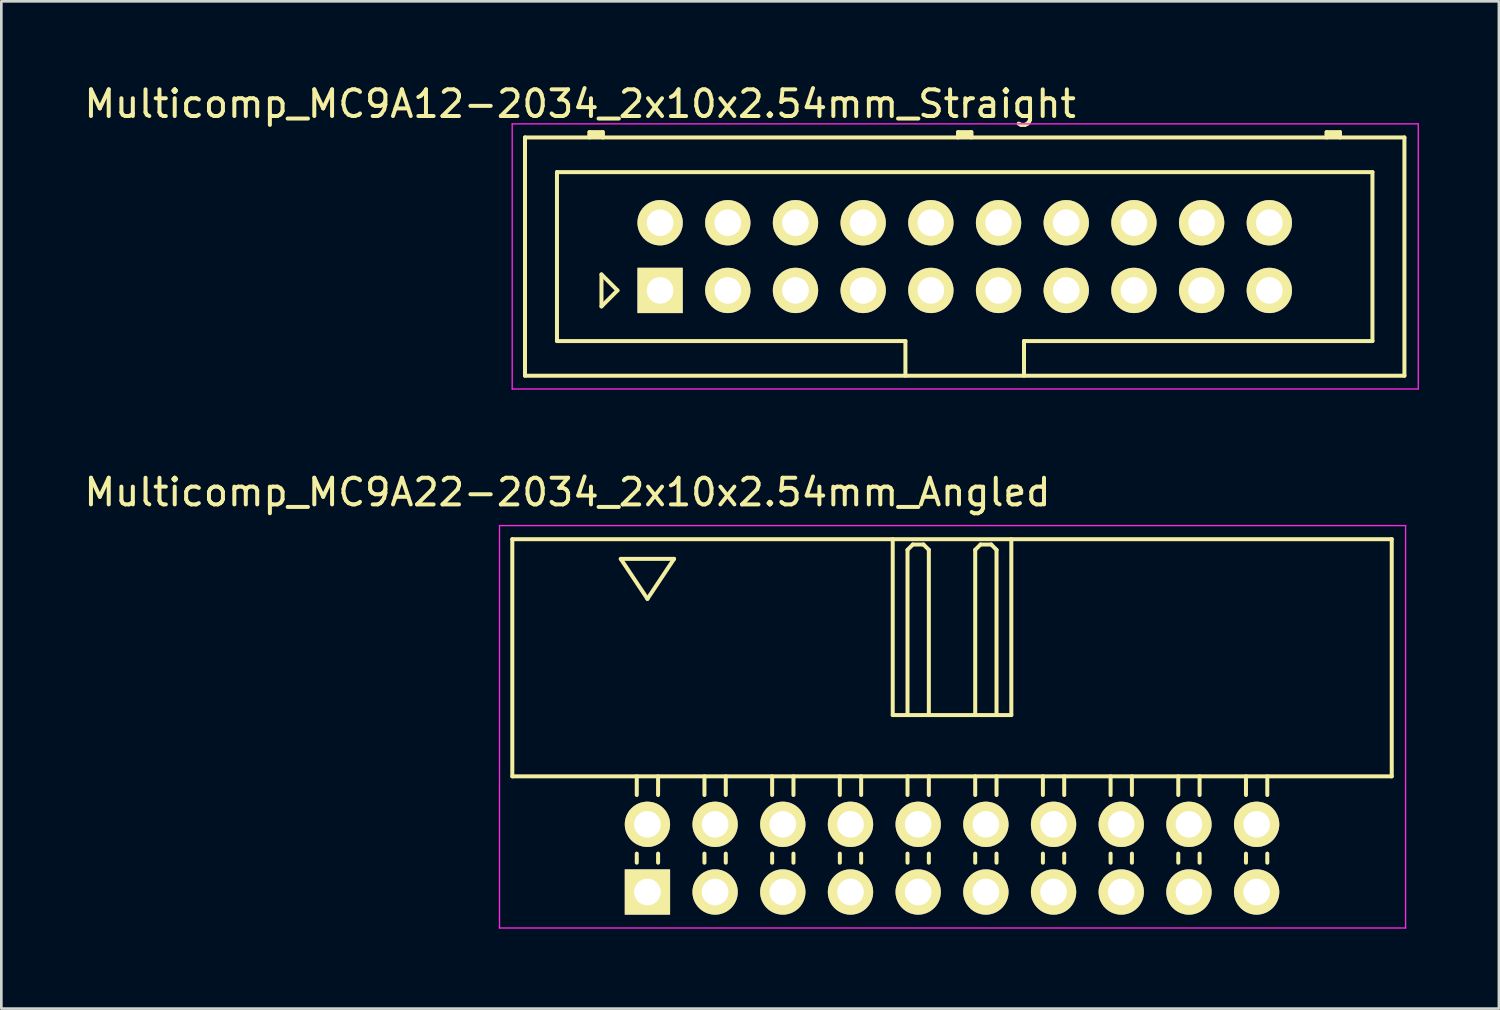
<source format=kicad_pcb>
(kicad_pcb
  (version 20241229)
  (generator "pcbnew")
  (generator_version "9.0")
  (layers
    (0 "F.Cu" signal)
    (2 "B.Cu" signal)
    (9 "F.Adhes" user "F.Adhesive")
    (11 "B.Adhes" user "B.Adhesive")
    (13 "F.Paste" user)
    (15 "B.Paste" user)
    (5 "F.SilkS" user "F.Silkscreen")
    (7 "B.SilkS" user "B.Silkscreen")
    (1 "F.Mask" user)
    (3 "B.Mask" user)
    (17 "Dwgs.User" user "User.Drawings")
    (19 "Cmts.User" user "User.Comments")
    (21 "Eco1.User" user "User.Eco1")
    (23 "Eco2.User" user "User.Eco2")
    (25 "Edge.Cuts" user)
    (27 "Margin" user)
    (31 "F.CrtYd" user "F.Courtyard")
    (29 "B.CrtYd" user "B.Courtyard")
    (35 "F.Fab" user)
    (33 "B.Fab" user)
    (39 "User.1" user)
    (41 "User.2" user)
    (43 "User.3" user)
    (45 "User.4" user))
  (footprint "Multicomp_MC9A12-2034_2x10x2.54mm_Straight"
    (layer "F.Cu")
    (at 21.72 7.848)
    (property "Reference" "Multicomp_MC9A12-2034_2x10x2.54mm_Straight" (at -3 -7 0) (layer "F.SilkS") (effects (font (size 1 1) (thickness 0.15))))
    (attr through_hole)
    (fp_line (start -5.07 -5.74) (end 27.93 -5.74) (stroke (width 0.15) (type solid)) (layer "F.SilkS"))
    (fp_line (start -5.07 3.2) (end -5.07 -5.74) (stroke (width 0.15) (type solid)) (layer "F.SilkS"))
    (fp_line (start -3.87 -4.44) (end 26.73 -4.44) (stroke (width 0.15) (type solid)) (layer "F.SilkS"))
    (fp_line (start -3.87 1.9) (end -3.87 -4.44) (stroke (width 0.15) (type solid)) (layer "F.SilkS"))
    (fp_line (start -2.65 -5.94) (end -2.15 -5.94) (stroke (width 0.15) (type solid)) (layer "F.SilkS"))
    (fp_line (start -2.65 -5.84) (end -2.15 -5.84) (stroke (width 0.15) (type solid)) (layer "F.SilkS"))
    (fp_line (start -2.65 -5.74) (end -2.65 -5.94) (stroke (width 0.15) (type solid)) (layer "F.SilkS"))
    (fp_line (start -2.2 -0.6) (end -1.6 0) (stroke (width 0.15) (type solid)) (layer "F.SilkS"))
    (fp_line (start -2.2 0.6) (end -2.2 -0.6) (stroke (width 0.15) (type solid)) (layer "F.SilkS"))
    (fp_line (start -2.15 -5.94) (end -2.15 -5.74) (stroke (width 0.15) (type solid)) (layer "F.SilkS"))
    (fp_line (start -1.6 0) (end -2.2 0.6) (stroke (width 0.15) (type solid)) (layer "F.SilkS"))
    (fp_line (start 9.205 1.9) (end -3.87 1.9) (stroke (width 0.15) (type solid)) (layer "F.SilkS"))
    (fp_line (start 9.205 3.2) (end 9.205 1.9) (stroke (width 0.15) (type solid)) (layer "F.SilkS"))
    (fp_line (start 11.18 -5.94) (end 11.68 -5.94) (stroke (width 0.15) (type solid)) (layer "F.SilkS"))
    (fp_line (start 11.18 -5.84) (end 11.68 -5.84) (stroke (width 0.15) (type solid)) (layer "F.SilkS"))
    (fp_line (start 11.18 -5.74) (end 11.18 -5.94) (stroke (width 0.15) (type solid)) (layer "F.SilkS"))
    (fp_line (start 11.68 -5.94) (end 11.68 -5.74) (stroke (width 0.15) (type solid)) (layer "F.SilkS"))
    (fp_line (start 13.655 1.9) (end 13.655 3.2) (stroke (width 0.15) (type solid)) (layer "F.SilkS"))
    (fp_line (start 25.01 -5.94) (end 25.51 -5.94) (stroke (width 0.15) (type solid)) (layer "F.SilkS"))
    (fp_line (start 25.01 -5.84) (end 25.51 -5.84) (stroke (width 0.15) (type solid)) (layer "F.SilkS"))
    (fp_line (start 25.01 -5.74) (end 25.01 -5.94) (stroke (width 0.15) (type solid)) (layer "F.SilkS"))
    (fp_line (start 25.51 -5.94) (end 25.51 -5.74) (stroke (width 0.15) (type solid)) (layer "F.SilkS"))
    (fp_line (start 26.73 -4.44) (end 26.73 1.9) (stroke (width 0.15) (type solid)) (layer "F.SilkS"))
    (fp_line (start 26.73 1.9) (end 13.655 1.9) (stroke (width 0.15) (type solid)) (layer "F.SilkS"))
    (fp_line (start 27.93 -5.74) (end 27.93 3.2) (stroke (width 0.15) (type solid)) (layer "F.SilkS"))
    (fp_line (start 27.93 3.2) (end -5.07 3.2) (stroke (width 0.15) (type solid)) (layer "F.SilkS"))
    (fp_line (start -5.55 -6.25) (end 28.45 -6.25) (stroke (width 0.05) (type solid)) (layer "F.CrtYd"))
    (fp_line (start -5.55 3.7) (end -5.55 -6.25) (stroke (width 0.05) (type solid)) (layer "F.CrtYd"))
    (fp_line (start 28.45 -6.25) (end 28.45 3.7) (stroke (width 0.05) (type solid)) (layer "F.CrtYd"))
    (fp_line (start 28.45 3.7) (end -5.55 3.7) (stroke (width 0.05) (type solid)) (layer "F.CrtYd"))
    (pad "1" thru_hole rect (at 0 0) (size 1.7 1.7) (drill 1) (layers "*.Cu" "*.Mask" "F.SilkS"))
    (pad "2" thru_hole circle (at 0 -2.54) (size 1.7 1.7) (drill 1) (layers "*.Cu" "*.Mask" "F.SilkS"))
    (pad "3" thru_hole circle (at 2.54 0) (size 1.7 1.7) (drill 1) (layers "*.Cu" "*.Mask" "F.SilkS"))
    (pad "4" thru_hole circle (at 2.54 -2.54) (size 1.7 1.7) (drill 1) (layers "*.Cu" "*.Mask" "F.SilkS"))
    (pad "5" thru_hole circle (at 5.08 0) (size 1.7 1.7) (drill 1) (layers "*.Cu" "*.Mask" "F.SilkS"))
    (pad "6" thru_hole circle (at 5.08 -2.54) (size 1.7 1.7) (drill 1) (layers "*.Cu" "*.Mask" "F.SilkS"))
    (pad "7" thru_hole circle (at 7.62 0) (size 1.7 1.7) (drill 1) (layers "*.Cu" "*.Mask" "F.SilkS"))
    (pad "8" thru_hole circle (at 7.62 -2.54) (size 1.7 1.7) (drill 1) (layers "*.Cu" "*.Mask" "F.SilkS"))
    (pad "9" thru_hole circle (at 10.16 0) (size 1.7 1.7) (drill 1) (layers "*.Cu" "*.Mask" "F.SilkS"))
    (pad "10" thru_hole circle (at 10.16 -2.54) (size 1.7 1.7) (drill 1) (layers "*.Cu" "*.Mask" "F.SilkS"))
    (pad "11" thru_hole circle (at 12.7 0) (size 1.7 1.7) (drill 1) (layers "*.Cu" "*.Mask" "F.SilkS"))
    (pad "12" thru_hole circle (at 12.7 -2.54) (size 1.7 1.7) (drill 1) (layers "*.Cu" "*.Mask" "F.SilkS"))
    (pad "13" thru_hole circle (at 15.24 0) (size 1.7 1.7) (drill 1) (layers "*.Cu" "*.Mask" "F.SilkS"))
    (pad "14" thru_hole circle (at 15.24 -2.54) (size 1.7 1.7) (drill 1) (layers "*.Cu" "*.Mask" "F.SilkS"))
    (pad "15" thru_hole circle (at 17.78 0) (size 1.7 1.7) (drill 1) (layers "*.Cu" "*.Mask" "F.SilkS"))
    (pad "16" thru_hole circle (at 17.78 -2.54) (size 1.7 1.7) (drill 1) (layers "*.Cu" "*.Mask" "F.SilkS"))
    (pad "17" thru_hole circle (at 20.32 0) (size 1.7 1.7) (drill 1) (layers "*.Cu" "*.Mask" "F.SilkS"))
    (pad "18" thru_hole circle (at 20.32 -2.54) (size 1.7 1.7) (drill 1) (layers "*.Cu" "*.Mask" "F.SilkS"))
    (pad "19" thru_hole circle (at 22.86 0) (size 1.7 1.7) (drill 1) (layers "*.Cu" "*.Mask" "F.SilkS"))
    (pad "20" thru_hole circle (at 22.86 -2.54) (size 1.7 1.7) (drill 1) (layers "*.Cu" "*.Mask" "F.SilkS")))
  (footprint "Multicomp_MC9A22-2034_2x10x2.54mm_Angled"
    (layer "F.Cu")
    (at 21.244 30.422)
    (property "Reference" "Multicomp_MC9A22-2034_2x10x2.54mm_Angled" (at -3 -15 0) (layer "F.SilkS") (effects (font (size 1 1) (thickness 0.15))))
    (attr through_hole)
    (fp_line (start -5.07 -13.24) (end 27.93 -13.24) (stroke (width 0.15) (type solid)) (layer "F.SilkS"))
    (fp_line (start -5.07 -4.34) (end -5.07 -13.24) (stroke (width 0.15) (type solid)) (layer "F.SilkS"))
    (fp_line (start -1 -12.5) (end 1 -12.5) (stroke (width 0.15) (type solid)) (layer "F.SilkS"))
    (fp_line (start -0.4 -3.64) (end -0.4 -4.34) (stroke (width 0.15) (type solid)) (layer "F.SilkS"))
    (fp_line (start -0.4 -1.1) (end -0.4 -1.44) (stroke (width 0.15) (type solid)) (layer "F.SilkS"))
    (fp_line (start 0 -11) (end -1 -12.5) (stroke (width 0.15) (type solid)) (layer "F.SilkS"))
    (fp_line (start 0.4 -3.64) (end 0.4 -4.34) (stroke (width 0.15) (type solid)) (layer "F.SilkS"))
    (fp_line (start 0.4 -1.1) (end 0.4 -1.44) (stroke (width 0.15) (type solid)) (layer "F.SilkS"))
    (fp_line (start 1 -12.5) (end 0 -11) (stroke (width 0.15) (type solid)) (layer "F.SilkS"))
    (fp_line (start 2.14 -3.64) (end 2.14 -4.34) (stroke (width 0.15) (type solid)) (layer "F.SilkS"))
    (fp_line (start 2.14 -1.1) (end 2.14 -1.44) (stroke (width 0.15) (type solid)) (layer "F.SilkS"))
    (fp_line (start 2.94 -3.64) (end 2.94 -4.34) (stroke (width 0.15) (type solid)) (layer "F.SilkS"))
    (fp_line (start 2.94 -1.1) (end 2.94 -1.44) (stroke (width 0.15) (type solid)) (layer "F.SilkS"))
    (fp_line (start 4.68 -3.64) (end 4.68 -4.34) (stroke (width 0.15) (type solid)) (layer "F.SilkS"))
    (fp_line (start 4.68 -1.1) (end 4.68 -1.44) (stroke (width 0.15) (type solid)) (layer "F.SilkS"))
    (fp_line (start 5.48 -3.64) (end 5.48 -4.34) (stroke (width 0.15) (type solid)) (layer "F.SilkS"))
    (fp_line (start 5.48 -1.1) (end 5.48 -1.44) (stroke (width 0.15) (type solid)) (layer "F.SilkS"))
    (fp_line (start 7.22 -3.64) (end 7.22 -4.34) (stroke (width 0.15) (type solid)) (layer "F.SilkS"))
    (fp_line (start 7.22 -1.1) (end 7.22 -1.44) (stroke (width 0.15) (type solid)) (layer "F.SilkS"))
    (fp_line (start 8.02 -3.64) (end 8.02 -4.34) (stroke (width 0.15) (type solid)) (layer "F.SilkS"))
    (fp_line (start 8.02 -1.1) (end 8.02 -1.44) (stroke (width 0.15) (type solid)) (layer "F.SilkS"))
    (fp_line (start 9.205 -13.24) (end 9.205 -6.64) (stroke (width 0.15) (type solid)) (layer "F.SilkS"))
    (fp_line (start 9.205 -6.64) (end 13.655 -6.64) (stroke (width 0.15) (type solid)) (layer "F.SilkS"))
    (fp_line (start 9.76 -12.84) (end 9.96 -13.04) (stroke (width 0.15) (type solid)) (layer "F.SilkS"))
    (fp_line (start 9.76 -6.64) (end 9.76 -12.84) (stroke (width 0.15) (type solid)) (layer "F.SilkS"))
    (fp_line (start 9.76 -3.64) (end 9.76 -4.34) (stroke (width 0.15) (type solid)) (layer "F.SilkS"))
    (fp_line (start 9.76 -1.1) (end 9.76 -1.44) (stroke (width 0.15) (type solid)) (layer "F.SilkS"))
    (fp_line (start 9.96 -13.04) (end 10.36 -13.04) (stroke (width 0.15) (type solid)) (layer "F.SilkS"))
    (fp_line (start 10.36 -13.04) (end 10.56 -12.84) (stroke (width 0.15) (type solid)) (layer "F.SilkS"))
    (fp_line (start 10.56 -12.84) (end 10.56 -6.64) (stroke (width 0.15) (type solid)) (layer "F.SilkS"))
    (fp_line (start 10.56 -3.64) (end 10.56 -4.34) (stroke (width 0.15) (type solid)) (layer "F.SilkS"))
    (fp_line (start 10.56 -1.1) (end 10.56 -1.44) (stroke (width 0.15) (type solid)) (layer "F.SilkS"))
    (fp_line (start 12.3 -12.84) (end 12.5 -13.04) (stroke (width 0.15) (type solid)) (layer "F.SilkS"))
    (fp_line (start 12.3 -6.64) (end 12.3 -12.84) (stroke (width 0.15) (type solid)) (layer "F.SilkS"))
    (fp_line (start 12.3 -3.64) (end 12.3 -4.34) (stroke (width 0.15) (type solid)) (layer "F.SilkS"))
    (fp_line (start 12.3 -1.1) (end 12.3 -1.44) (stroke (width 0.15) (type solid)) (layer "F.SilkS"))
    (fp_line (start 12.5 -13.04) (end 12.9 -13.04) (stroke (width 0.15) (type solid)) (layer "F.SilkS"))
    (fp_line (start 12.9 -13.04) (end 13.1 -12.84) (stroke (width 0.15) (type solid)) (layer "F.SilkS"))
    (fp_line (start 13.1 -12.84) (end 13.1 -6.64) (stroke (width 0.15) (type solid)) (layer "F.SilkS"))
    (fp_line (start 13.1 -3.64) (end 13.1 -4.34) (stroke (width 0.15) (type solid)) (layer "F.SilkS"))
    (fp_line (start 13.1 -1.1) (end 13.1 -1.44) (stroke (width 0.15) (type solid)) (layer "F.SilkS"))
    (fp_line (start 13.655 -6.64) (end 13.655 -13.24) (stroke (width 0.15) (type solid)) (layer "F.SilkS"))
    (fp_line (start 14.84 -3.64) (end 14.84 -4.34) (stroke (width 0.15) (type solid)) (layer "F.SilkS"))
    (fp_line (start 14.84 -1.1) (end 14.84 -1.44) (stroke (width 0.15) (type solid)) (layer "F.SilkS"))
    (fp_line (start 15.64 -3.64) (end 15.64 -4.34) (stroke (width 0.15) (type solid)) (layer "F.SilkS"))
    (fp_line (start 15.64 -1.1) (end 15.64 -1.44) (stroke (width 0.15) (type solid)) (layer "F.SilkS"))
    (fp_line (start 17.38 -3.64) (end 17.38 -4.34) (stroke (width 0.15) (type solid)) (layer "F.SilkS"))
    (fp_line (start 17.38 -1.1) (end 17.38 -1.44) (stroke (width 0.15) (type solid)) (layer "F.SilkS"))
    (fp_line (start 18.18 -3.64) (end 18.18 -4.34) (stroke (width 0.15) (type solid)) (layer "F.SilkS"))
    (fp_line (start 18.18 -1.1) (end 18.18 -1.44) (stroke (width 0.15) (type solid)) (layer "F.SilkS"))
    (fp_line (start 19.92 -3.64) (end 19.92 -4.34) (stroke (width 0.15) (type solid)) (layer "F.SilkS"))
    (fp_line (start 19.92 -1.1) (end 19.92 -1.44) (stroke (width 0.15) (type solid)) (layer "F.SilkS"))
    (fp_line (start 20.72 -3.64) (end 20.72 -4.34) (stroke (width 0.15) (type solid)) (layer "F.SilkS"))
    (fp_line (start 20.72 -1.1) (end 20.72 -1.44) (stroke (width 0.15) (type solid)) (layer "F.SilkS"))
    (fp_line (start 22.46 -3.64) (end 22.46 -4.34) (stroke (width 0.15) (type solid)) (layer "F.SilkS"))
    (fp_line (start 22.46 -1.1) (end 22.46 -1.44) (stroke (width 0.15) (type solid)) (layer "F.SilkS"))
    (fp_line (start 23.26 -3.64) (end 23.26 -4.34) (stroke (width 0.15) (type solid)) (layer "F.SilkS"))
    (fp_line (start 23.26 -1.1) (end 23.26 -1.44) (stroke (width 0.15) (type solid)) (layer "F.SilkS"))
    (fp_line (start 27.93 -13.24) (end 27.93 -4.34) (stroke (width 0.15) (type solid)) (layer "F.SilkS"))
    (fp_line (start 27.93 -4.34) (end -5.07 -4.34) (stroke (width 0.15) (type solid)) (layer "F.SilkS"))
    (fp_line (start -5.55 -13.75) (end 28.45 -13.75) (stroke (width 0.05) (type solid)) (layer "F.CrtYd"))
    (fp_line (start -5.55 1.35) (end -5.55 -13.75) (stroke (width 0.05) (type solid)) (layer "F.CrtYd"))
    (fp_line (start 28.45 -13.75) (end 28.45 1.35) (stroke (width 0.05) (type solid)) (layer "F.CrtYd"))
    (fp_line (start 28.45 1.35) (end -5.55 1.35) (stroke (width 0.05) (type solid)) (layer "F.CrtYd"))
    (pad "1" thru_hole rect (at 0 0) (size 1.7 1.7) (drill 1) (layers "*.Cu" "*.Mask" "F.SilkS"))
    (pad "2" thru_hole circle (at 0 -2.54) (size 1.7 1.7) (drill 1) (layers "*.Cu" "*.Mask" "F.SilkS"))
    (pad "3" thru_hole circle (at 2.54 0) (size 1.7 1.7) (drill 1) (layers "*.Cu" "*.Mask" "F.SilkS"))
    (pad "4" thru_hole circle (at 2.54 -2.54) (size 1.7 1.7) (drill 1) (layers "*.Cu" "*.Mask" "F.SilkS"))
    (pad "5" thru_hole circle (at 5.08 0) (size 1.7 1.7) (drill 1) (layers "*.Cu" "*.Mask" "F.SilkS"))
    (pad "6" thru_hole circle (at 5.08 -2.54) (size 1.7 1.7) (drill 1) (layers "*.Cu" "*.Mask" "F.SilkS"))
    (pad "7" thru_hole circle (at 7.62 0) (size 1.7 1.7) (drill 1) (layers "*.Cu" "*.Mask" "F.SilkS"))
    (pad "8" thru_hole circle (at 7.62 -2.54) (size 1.7 1.7) (drill 1) (layers "*.Cu" "*.Mask" "F.SilkS"))
    (pad "9" thru_hole circle (at 10.16 0) (size 1.7 1.7) (drill 1) (layers "*.Cu" "*.Mask" "F.SilkS"))
    (pad "10" thru_hole circle (at 10.16 -2.54) (size 1.7 1.7) (drill 1) (layers "*.Cu" "*.Mask" "F.SilkS"))
    (pad "11" thru_hole circle (at 12.7 0) (size 1.7 1.7) (drill 1) (layers "*.Cu" "*.Mask" "F.SilkS"))
    (pad "12" thru_hole circle (at 12.7 -2.54) (size 1.7 1.7) (drill 1) (layers "*.Cu" "*.Mask" "F.SilkS"))
    (pad "13" thru_hole circle (at 15.24 0) (size 1.7 1.7) (drill 1) (layers "*.Cu" "*.Mask" "F.SilkS"))
    (pad "14" thru_hole circle (at 15.24 -2.54) (size 1.7 1.7) (drill 1) (layers "*.Cu" "*.Mask" "F.SilkS"))
    (pad "15" thru_hole circle (at 17.78 0) (size 1.7 1.7) (drill 1) (layers "*.Cu" "*.Mask" "F.SilkS"))
    (pad "16" thru_hole circle (at 17.78 -2.54) (size 1.7 1.7) (drill 1) (layers "*.Cu" "*.Mask" "F.SilkS"))
    (pad "17" thru_hole circle (at 20.32 0) (size 1.7 1.7) (drill 1) (layers "*.Cu" "*.Mask" "F.SilkS"))
    (pad "18" thru_hole circle (at 20.32 -2.54) (size 1.7 1.7) (drill 1) (layers "*.Cu" "*.Mask" "F.SilkS"))
    (pad "19" thru_hole circle (at 22.86 0) (size 1.7 1.7) (drill 1) (layers "*.Cu" "*.Mask" "F.SilkS"))
    (pad "20" thru_hole circle (at 22.86 -2.54) (size 1.7 1.7) (drill 1) (layers "*.Cu" "*.Mask" "F.SilkS")))
  (gr_rect
    (start -3 -3)
    (end 53.195 34.797)
    (stroke (width 0.1) (type default))
    (fill no)
    (layer "Edge.Cuts")))
</source>
